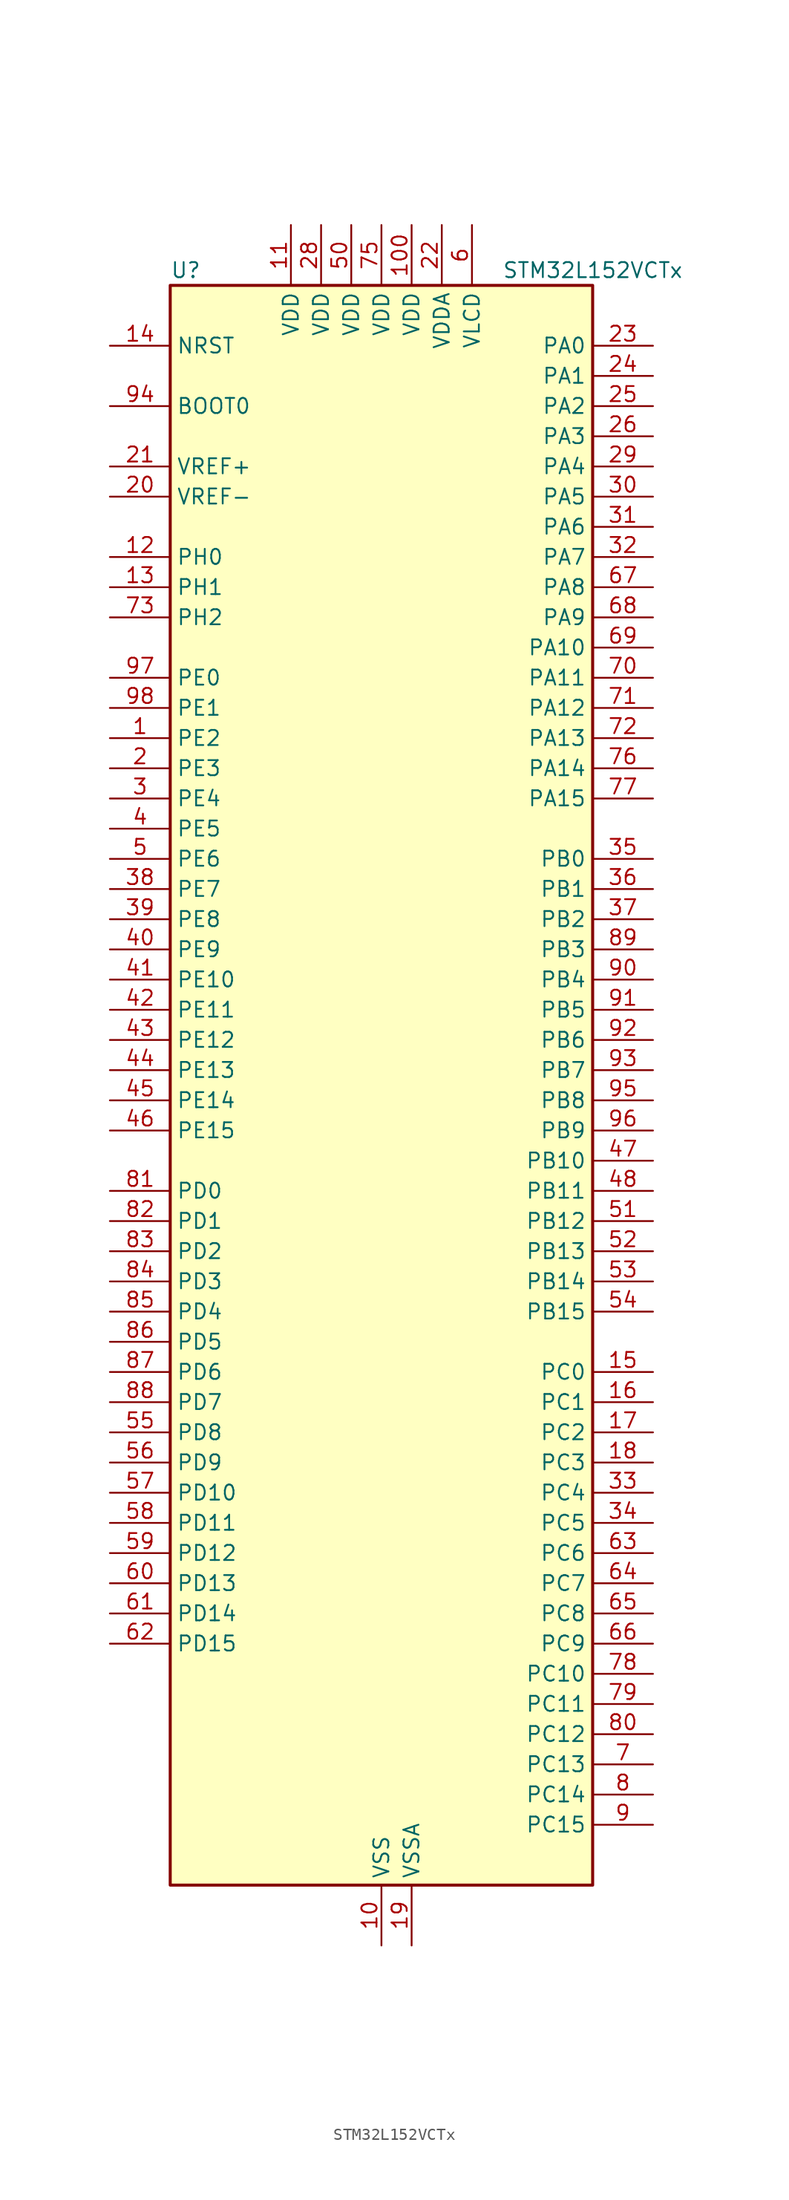
<source format=kicad_sym>
(kicad_symbol_lib
  (version 20241209)
  (generator "kicad_symbol_editor")
  (generator_version "9.0")
  (symbol "STM32L152VCTx"
    (property "Reference" "U"
      (at -17.78 69.85 0)
      (effects (font (size 1.27 1.27)) (justify left)))
    (property "Value" "STM32L152VCTx"
      (at 10.16 69.85 0)
      (effects (font (size 1.27 1.27)) (justify left)))
    (symbol "STM32L152VCTx_0_1"
      (rectangle (start -17.78 -66.04) (end 17.78 68.58) (stroke (width 0.254) (type default)) (fill (type background))))
    (symbol "STM32L152VCTx_1_1"
      (pin input line (at -22.86 63.5 0) (length 5.08) (name "NRST" (effects (font (size 1.27 1.27)))) (number "14" (effects (font (size 1.27 1.27)))))
      (pin input line (at -22.86 58.42 0) (length 5.08) (name "BOOT0" (effects (font (size 1.27 1.27)))) (number "94" (effects (font (size 1.27 1.27)))))
      (pin input line (at -22.86 53.34 0) (length 5.08) (name "VREF+" (effects (font (size 1.27 1.27)))) (number "21" (effects (font (size 1.27 1.27)))))
      (pin input line (at -22.86 50.8 0) (length 5.08) (name "VREF-" (effects (font (size 1.27 1.27)))) (number "20" (effects (font (size 1.27 1.27)))))
      (pin bidirectional line (at -22.86 45.72 0) (length 5.08) (name "PH0" (effects (font (size 1.27 1.27)))) (number "12" (effects (font (size 1.27 1.27)))) (alternate "RCC_OSC_IN" bidirectional line))
      (pin bidirectional line (at -22.86 43.18 0) (length 5.08) (name "PH1" (effects (font (size 1.27 1.27)))) (number "13" (effects (font (size 1.27 1.27)))) (alternate "RCC_OSC_OUT" bidirectional line))
      (pin bidirectional line (at -22.86 40.64 0) (length 5.08) (name "PH2" (effects (font (size 1.27 1.27)))) (number "73" (effects (font (size 1.27 1.27)))))
      (pin bidirectional line (at -22.86 35.56 0) (length 5.08) (name "PE0" (effects (font (size 1.27 1.27)))) (number "97" (effects (font (size 1.27 1.27)))) (alternate "LCD_SEG36" bidirectional line) (alternate "TIM10_CH1" bidirectional line) (alternate "TIM4_ETR" bidirectional line) (alternate "TIMX_IC1" bidirectional line))
      (pin bidirectional line (at -22.86 33.02 0) (length 5.08) (name "PE1" (effects (font (size 1.27 1.27)))) (number "98" (effects (font (size 1.27 1.27)))) (alternate "LCD_SEG37" bidirectional line) (alternate "TIM11_CH1" bidirectional line) (alternate "TIMX_IC2" bidirectional line))
      (pin bidirectional line (at -22.86 30.48 0) (length 5.08) (name "PE2" (effects (font (size 1.27 1.27)))) (number "1" (effects (font (size 1.27 1.27)))) (alternate "LCD_SEG38" bidirectional line) (alternate "SYS_TRACECK" bidirectional line) (alternate "TIM3_ETR" bidirectional line) (alternate "TIMX_IC3" bidirectional line))
      (pin bidirectional line (at -22.86 27.94 0) (length 5.08) (name "PE3" (effects (font (size 1.27 1.27)))) (number "2" (effects (font (size 1.27 1.27)))) (alternate "LCD_SEG39" bidirectional line) (alternate "SYS_TRACED0" bidirectional line) (alternate "TIM3_CH1" bidirectional line) (alternate "TIMX_IC4" bidirectional line))
      (pin bidirectional line (at -22.86 25.4 0) (length 5.08) (name "PE4" (effects (font (size 1.27 1.27)))) (number "3" (effects (font (size 1.27 1.27)))) (alternate "SYS_TRACED1" bidirectional line) (alternate "TIM3_CH2" bidirectional line) (alternate "TIMX_IC1" bidirectional line))
      (pin bidirectional line (at -22.86 22.86 0) (length 5.08) (name "PE5" (effects (font (size 1.27 1.27)))) (number "4" (effects (font (size 1.27 1.27)))) (alternate "SYS_TRACED2" bidirectional line) (alternate "TIM9_CH1" bidirectional line) (alternate "TIMX_IC2" bidirectional line))
      (pin bidirectional line (at -22.86 20.32 0) (length 5.08) (name "PE6" (effects (font (size 1.27 1.27)))) (number "5" (effects (font (size 1.27 1.27)))) (alternate "RTC_TAMP3" bidirectional line) (alternate "SYS_TRACED3" bidirectional line) (alternate "SYS_WKUP3" bidirectional line) (alternate "TIM9_CH2" bidirectional line) (alternate "TIMX_IC3" bidirectional line))
      (pin bidirectional line (at -22.86 17.78 0) (length 5.08) (name "PE7" (effects (font (size 1.27 1.27)))) (number "38" (effects (font (size 1.27 1.27)))) (alternate "ADC_IN22" bidirectional line) (alternate "COMP1_INP" bidirectional line) (alternate "TIMX_IC4" bidirectional line))
      (pin bidirectional line (at -22.86 15.24 0) (length 5.08) (name "PE8" (effects (font (size 1.27 1.27)))) (number "39" (effects (font (size 1.27 1.27)))) (alternate "ADC_IN23" bidirectional line) (alternate "COMP1_INP" bidirectional line) (alternate "TIMX_IC1" bidirectional line))
      (pin bidirectional line (at -22.86 12.7 0) (length 5.08) (name "PE9" (effects (font (size 1.27 1.27)))) (number "40" (effects (font (size 1.27 1.27)))) (alternate "ADC_IN24" bidirectional line) (alternate "COMP1_INP" bidirectional line) (alternate "DAC_EXTI9" bidirectional line) (alternate "TIM2_CH1" bidirectional line) (alternate "TIM2_ETR" bidirectional line) (alternate "TIM5_ETR" bidirectional line) (alternate "TIMX_IC2" bidirectional line))
      (pin bidirectional line (at -22.86 10.16 0) (length 5.08) (name "PE10" (effects (font (size 1.27 1.27)))) (number "41" (effects (font (size 1.27 1.27)))) (alternate "ADC_IN25" bidirectional line) (alternate "COMP1_INP" bidirectional line) (alternate "TIM2_CH2" bidirectional line) (alternate "TIMX_IC3" bidirectional line))
      (pin bidirectional line (at -22.86 7.62 0) (length 5.08) (name "PE11" (effects (font (size 1.27 1.27)))) (number "42" (effects (font (size 1.27 1.27)))) (alternate "ADC_EXTI11" bidirectional line) (alternate "TIM2_CH3" bidirectional line) (alternate "TIMX_IC4" bidirectional line))
      (pin bidirectional line (at -22.86 5.08 0) (length 5.08) (name "PE12" (effects (font (size 1.27 1.27)))) (number "43" (effects (font (size 1.27 1.27)))) (alternate "SPI1_NSS" bidirectional line) (alternate "TIM2_CH4" bidirectional line) (alternate "TIMX_IC1" bidirectional line))
      (pin bidirectional line (at -22.86 2.54 0) (length 5.08) (name "PE13" (effects (font (size 1.27 1.27)))) (number "44" (effects (font (size 1.27 1.27)))) (alternate "SPI1_SCK" bidirectional line) (alternate "TIMX_IC2" bidirectional line))
      (pin bidirectional line (at -22.86 0 0) (length 5.08) (name "PE14" (effects (font (size 1.27 1.27)))) (number "45" (effects (font (size 1.27 1.27)))) (alternate "SPI1_MISO" bidirectional line) (alternate "TIMX_IC3" bidirectional line))
      (pin bidirectional line (at -22.86 -2.54 0) (length 5.08) (name "PE15" (effects (font (size 1.27 1.27)))) (number "46" (effects (font (size 1.27 1.27)))) (alternate "ADC_EXTI15" bidirectional line) (alternate "SPI1_MOSI" bidirectional line) (alternate "TIMX_IC4" bidirectional line))
      (pin bidirectional line (at -22.86 -7.62 0) (length 5.08) (name "PD0" (effects (font (size 1.27 1.27)))) (number "81" (effects (font (size 1.27 1.27)))) (alternate "I2S2_WS" bidirectional line) (alternate "SPI2_NSS" bidirectional line) (alternate "TIM9_CH1" bidirectional line) (alternate "TIMX_IC1" bidirectional line))
      (pin bidirectional line (at -22.86 -10.16 0) (length 5.08) (name "PD1" (effects (font (size 1.27 1.27)))) (number "82" (effects (font (size 1.27 1.27)))) (alternate "I2S2_CK" bidirectional line) (alternate "SPI2_SCK" bidirectional line) (alternate "TIMX_IC2" bidirectional line))
      (pin bidirectional line (at -22.86 -12.7 0) (length 5.08) (name "PD2" (effects (font (size 1.27 1.27)))) (number "83" (effects (font (size 1.27 1.27)))) (alternate "LCD_COM7" bidirectional line) (alternate "LCD_SEG31" bidirectional line) (alternate "LCD_SEG43" bidirectional line) (alternate "TIM3_ETR" bidirectional line) (alternate "TIMX_IC3" bidirectional line))
      (pin bidirectional line (at -22.86 -15.24 0) (length 5.08) (name "PD3" (effects (font (size 1.27 1.27)))) (number "84" (effects (font (size 1.27 1.27)))) (alternate "SPI2_MISO" bidirectional line) (alternate "TIMX_IC4" bidirectional line) (alternate "USART2_CTS" bidirectional line))
      (pin bidirectional line (at -22.86 -17.78 0) (length 5.08) (name "PD4" (effects (font (size 1.27 1.27)))) (number "85" (effects (font (size 1.27 1.27)))) (alternate "I2S2_SD" bidirectional line) (alternate "SPI2_MOSI" bidirectional line) (alternate "TIMX_IC1" bidirectional line) (alternate "USART2_RTS" bidirectional line))
      (pin bidirectional line (at -22.86 -20.32 0) (length 5.08) (name "PD5" (effects (font (size 1.27 1.27)))) (number "86" (effects (font (size 1.27 1.27)))) (alternate "TIMX_IC2" bidirectional line) (alternate "USART2_TX" bidirectional line))
      (pin bidirectional line (at -22.86 -22.86 0) (length 5.08) (name "PD6" (effects (font (size 1.27 1.27)))) (number "87" (effects (font (size 1.27 1.27)))) (alternate "TIMX_IC3" bidirectional line) (alternate "USART2_RX" bidirectional line))
      (pin bidirectional line (at -22.86 -25.4 0) (length 5.08) (name "PD7" (effects (font (size 1.27 1.27)))) (number "88" (effects (font (size 1.27 1.27)))) (alternate "TIM9_CH2" bidirectional line) (alternate "TIMX_IC4" bidirectional line) (alternate "USART2_CK" bidirectional line))
      (pin bidirectional line (at -22.86 -27.94 0) (length 5.08) (name "PD8" (effects (font (size 1.27 1.27)))) (number "55" (effects (font (size 1.27 1.27)))) (alternate "LCD_SEG28" bidirectional line) (alternate "TIMX_IC1" bidirectional line) (alternate "USART3_TX" bidirectional line))
      (pin bidirectional line (at -22.86 -30.48 0) (length 5.08) (name "PD9" (effects (font (size 1.27 1.27)))) (number "56" (effects (font (size 1.27 1.27)))) (alternate "DAC_EXTI9" bidirectional line) (alternate "LCD_SEG29" bidirectional line) (alternate "TIMX_IC2" bidirectional line) (alternate "USART3_RX" bidirectional line))
      (pin bidirectional line (at -22.86 -33.02 0) (length 5.08) (name "PD10" (effects (font (size 1.27 1.27)))) (number "57" (effects (font (size 1.27 1.27)))) (alternate "LCD_SEG30" bidirectional line) (alternate "TIMX_IC3" bidirectional line) (alternate "USART3_CK" bidirectional line))
      (pin bidirectional line (at -22.86 -35.56 0) (length 5.08) (name "PD11" (effects (font (size 1.27 1.27)))) (number "58" (effects (font (size 1.27 1.27)))) (alternate "ADC_EXTI11" bidirectional line) (alternate "LCD_SEG31" bidirectional line) (alternate "TIMX_IC4" bidirectional line) (alternate "USART3_CTS" bidirectional line))
      (pin bidirectional line (at -22.86 -38.1 0) (length 5.08) (name "PD12" (effects (font (size 1.27 1.27)))) (number "59" (effects (font (size 1.27 1.27)))) (alternate "LCD_SEG32" bidirectional line) (alternate "TIM4_CH1" bidirectional line) (alternate "TIMX_IC1" bidirectional line) (alternate "USART3_RTS" bidirectional line))
      (pin bidirectional line (at -22.86 -40.64 0) (length 5.08) (name "PD13" (effects (font (size 1.27 1.27)))) (number "60" (effects (font (size 1.27 1.27)))) (alternate "LCD_SEG33" bidirectional line) (alternate "TIM4_CH2" bidirectional line) (alternate "TIMX_IC2" bidirectional line))
      (pin bidirectional line (at -22.86 -43.18 0) (length 5.08) (name "PD14" (effects (font (size 1.27 1.27)))) (number "61" (effects (font (size 1.27 1.27)))) (alternate "LCD_SEG34" bidirectional line) (alternate "TIM4_CH3" bidirectional line) (alternate "TIMX_IC3" bidirectional line))
      (pin bidirectional line (at -22.86 -45.72 0) (length 5.08) (name "PD15" (effects (font (size 1.27 1.27)))) (number "62" (effects (font (size 1.27 1.27)))) (alternate "ADC_EXTI15" bidirectional line) (alternate "LCD_SEG35" bidirectional line) (alternate "TIM4_CH4" bidirectional line) (alternate "TIMX_IC4" bidirectional line))
      (pin power_in line (at -7.62 73.66 270) (length 5.08) (name "VDD" (effects (font (size 1.27 1.27)))) (number "11" (effects (font (size 1.27 1.27)))))
      (pin power_in line (at -5.08 73.66 270) (length 5.08) (name "VDD" (effects (font (size 1.27 1.27)))) (number "28" (effects (font (size 1.27 1.27)))))
      (pin power_in line (at -2.54 73.66 270) (length 5.08) (name "VDD" (effects (font (size 1.27 1.27)))) (number "50" (effects (font (size 1.27 1.27)))))
      (pin power_in line (at 0 73.66 270) (length 5.08) (name "VDD" (effects (font (size 1.27 1.27)))) (number "75" (effects (font (size 1.27 1.27)))))
      (pin power_in line (at 0 -71.12 90) (length 5.08) (name "VSS" (effects (font (size 1.27 1.27)))) (number "10" (effects (font (size 1.27 1.27)))))
      (pin passive line (at 0 -71.12 90) (length 5.08) (hide yes) (name "VSS" (effects (font (size 1.27 1.27)))) (number "27" (effects (font (size 1.27 1.27)))))
      (pin passive line (at 0 -71.12 90) (length 5.08) (hide yes) (name "VSS" (effects (font (size 1.27 1.27)))) (number "49" (effects (font (size 1.27 1.27)))))
      (pin passive line (at 0 -71.12 90) (length 5.08) (hide yes) (name "VSS" (effects (font (size 1.27 1.27)))) (number "74" (effects (font (size 1.27 1.27)))))
      (pin passive line (at 0 -71.12 90) (length 5.08) (hide yes) (name "VSS" (effects (font (size 1.27 1.27)))) (number "99" (effects (font (size 1.27 1.27)))))
      (pin power_in line (at 2.54 73.66 270) (length 5.08) (name "VDD" (effects (font (size 1.27 1.27)))) (number "100" (effects (font (size 1.27 1.27)))))
      (pin power_in line (at 2.54 -71.12 90) (length 5.08) (name "VSSA" (effects (font (size 1.27 1.27)))) (number "19" (effects (font (size 1.27 1.27)))))
      (pin power_in line (at 5.08 73.66 270) (length 5.08) (name "VDDA" (effects (font (size 1.27 1.27)))) (number "22" (effects (font (size 1.27 1.27)))))
      (pin power_in line (at 7.62 73.66 270) (length 5.08) (name "VLCD" (effects (font (size 1.27 1.27)))) (number "6" (effects (font (size 1.27 1.27)))))
      (pin bidirectional line (at 22.86 63.5 180) (length 5.08) (name "PA0" (effects (font (size 1.27 1.27)))) (number "23" (effects (font (size 1.27 1.27)))) (alternate "ADC_IN0" bidirectional line) (alternate "COMP1_INP" bidirectional line) (alternate "RTC_TAMP2" bidirectional line) (alternate "SYS_WKUP1" bidirectional line) (alternate "TIM2_CH1" bidirectional line) (alternate "TIM2_ETR" bidirectional line) (alternate "TIM5_CH1" bidirectional line) (alternate "TIMX_IC1" bidirectional line) (alternate "TS_G1_IO1" bidirectional line) (alternate "USART2_CTS" bidirectional line))
      (pin bidirectional line (at 22.86 60.96 180) (length 5.08) (name "PA1" (effects (font (size 1.27 1.27)))) (number "24" (effects (font (size 1.27 1.27)))) (alternate "ADC_IN1" bidirectional line) (alternate "COMP1_INP" bidirectional line) (alternate "LCD_SEG0" bidirectional line) (alternate "OPAMP1_VINP" bidirectional line) (alternate "TIM2_CH2" bidirectional line) (alternate "TIM5_CH2" bidirectional line) (alternate "TIMX_IC2" bidirectional line) (alternate "TS_G1_IO2" bidirectional line) (alternate "USART2_RTS" bidirectional line))
      (pin bidirectional line (at 22.86 58.42 180) (length 5.08) (name "PA2" (effects (font (size 1.27 1.27)))) (number "25" (effects (font (size 1.27 1.27)))) (alternate "ADC_IN2" bidirectional line) (alternate "COMP1_INP" bidirectional line) (alternate "LCD_SEG1" bidirectional line) (alternate "OPAMP1_VINM" bidirectional line) (alternate "TIM2_CH3" bidirectional line) (alternate "TIM5_CH3" bidirectional line) (alternate "TIM9_CH1" bidirectional line) (alternate "TIMX_IC3" bidirectional line) (alternate "TS_G1_IO3" bidirectional line) (alternate "USART2_TX" bidirectional line))
      (pin bidirectional line (at 22.86 55.88 180) (length 5.08) (name "PA3" (effects (font (size 1.27 1.27)))) (number "26" (effects (font (size 1.27 1.27)))) (alternate "ADC_IN3" bidirectional line) (alternate "COMP1_INP" bidirectional line) (alternate "LCD_SEG2" bidirectional line) (alternate "OPAMP1_VOUT" bidirectional line) (alternate "TIM2_CH4" bidirectional line) (alternate "TIM5_CH4" bidirectional line) (alternate "TIM9_CH2" bidirectional line) (alternate "TIMX_IC4" bidirectional line) (alternate "TS_G1_IO4" bidirectional line) (alternate "USART2_RX" bidirectional line))
      (pin bidirectional line (at 22.86 53.34 180) (length 5.08) (name "PA4" (effects (font (size 1.27 1.27)))) (number "29" (effects (font (size 1.27 1.27)))) (alternate "ADC_IN4" bidirectional line) (alternate "COMP1_INP" bidirectional line) (alternate "DAC_OUT1" bidirectional line) (alternate "I2S3_WS" bidirectional line) (alternate "SPI1_NSS" bidirectional line) (alternate "SPI3_NSS" bidirectional line) (alternate "TIMX_IC1" bidirectional line) (alternate "USART2_CK" bidirectional line))
      (pin bidirectional line (at 22.86 50.8 180) (length 5.08) (name "PA5" (effects (font (size 1.27 1.27)))) (number "30" (effects (font (size 1.27 1.27)))) (alternate "ADC_IN5" bidirectional line) (alternate "COMP1_INP" bidirectional line) (alternate "DAC_OUT2" bidirectional line) (alternate "SPI1_SCK" bidirectional line) (alternate "TIM2_CH1" bidirectional line) (alternate "TIM2_ETR" bidirectional line) (alternate "TIMX_IC2" bidirectional line))
      (pin bidirectional line (at 22.86 48.26 180) (length 5.08) (name "PA6" (effects (font (size 1.27 1.27)))) (number "31" (effects (font (size 1.27 1.27)))) (alternate "ADC_IN6" bidirectional line) (alternate "COMP1_INP" bidirectional line) (alternate "LCD_SEG3" bidirectional line) (alternate "OPAMP2_VINP" bidirectional line) (alternate "SPI1_MISO" bidirectional line) (alternate "TIM10_CH1" bidirectional line) (alternate "TIM3_CH1" bidirectional line) (alternate "TIMX_IC3" bidirectional line) (alternate "TS_G2_IO1" bidirectional line))
      (pin bidirectional line (at 22.86 45.72 180) (length 5.08) (name "PA7" (effects (font (size 1.27 1.27)))) (number "32" (effects (font (size 1.27 1.27)))) (alternate "ADC_IN7" bidirectional line) (alternate "COMP1_INP" bidirectional line) (alternate "LCD_SEG4" bidirectional line) (alternate "OPAMP2_VINM" bidirectional line) (alternate "SPI1_MOSI" bidirectional line) (alternate "TIM11_CH1" bidirectional line) (alternate "TIM3_CH2" bidirectional line) (alternate "TIMX_IC4" bidirectional line) (alternate "TS_G2_IO2" bidirectional line))
      (pin bidirectional line (at 22.86 43.18 180) (length 5.08) (name "PA8" (effects (font (size 1.27 1.27)))) (number "67" (effects (font (size 1.27 1.27)))) (alternate "LCD_COM0" bidirectional line) (alternate "RCC_MCO" bidirectional line) (alternate "TIMX_IC1" bidirectional line) (alternate "TS_G4_IO1" bidirectional line) (alternate "USART1_CK" bidirectional line))
      (pin bidirectional line (at 22.86 40.64 180) (length 5.08) (name "PA9" (effects (font (size 1.27 1.27)))) (number "68" (effects (font (size 1.27 1.27)))) (alternate "DAC_EXTI9" bidirectional line) (alternate "LCD_COM1" bidirectional line) (alternate "TIMX_IC2" bidirectional line) (alternate "TS_G4_IO2" bidirectional line) (alternate "USART1_TX" bidirectional line))
      (pin bidirectional line (at 22.86 38.1 180) (length 5.08) (name "PA10" (effects (font (size 1.27 1.27)))) (number "69" (effects (font (size 1.27 1.27)))) (alternate "LCD_COM2" bidirectional line) (alternate "TIMX_IC3" bidirectional line) (alternate "TS_G4_IO3" bidirectional line) (alternate "USART1_RX" bidirectional line))
      (pin bidirectional line (at 22.86 35.56 180) (length 5.08) (name "PA11" (effects (font (size 1.27 1.27)))) (number "70" (effects (font (size 1.27 1.27)))) (alternate "ADC_EXTI11" bidirectional line) (alternate "SPI1_MISO" bidirectional line) (alternate "TIMX_IC4" bidirectional line) (alternate "USART1_CTS" bidirectional line) (alternate "USB_DM" bidirectional line))
      (pin bidirectional line (at 22.86 33.02 180) (length 5.08) (name "PA12" (effects (font (size 1.27 1.27)))) (number "71" (effects (font (size 1.27 1.27)))) (alternate "SPI1_MOSI" bidirectional line) (alternate "TIMX_IC1" bidirectional line) (alternate "USART1_RTS" bidirectional line) (alternate "USB_DP" bidirectional line))
      (pin bidirectional line (at 22.86 30.48 180) (length 5.08) (name "PA13" (effects (font (size 1.27 1.27)))) (number "72" (effects (font (size 1.27 1.27)))) (alternate "SYS_JTMS-SWDIO" bidirectional line) (alternate "TIMX_IC2" bidirectional line) (alternate "TS_G5_IO1" bidirectional line))
      (pin bidirectional line (at 22.86 27.94 180) (length 5.08) (name "PA14" (effects (font (size 1.27 1.27)))) (number "76" (effects (font (size 1.27 1.27)))) (alternate "SYS_JTCK-SWCLK" bidirectional line) (alternate "TIMX_IC3" bidirectional line) (alternate "TS_G5_IO2" bidirectional line))
      (pin bidirectional line (at 22.86 25.4 180) (length 5.08) (name "PA15" (effects (font (size 1.27 1.27)))) (number "77" (effects (font (size 1.27 1.27)))) (alternate "ADC_EXTI15" bidirectional line) (alternate "I2S3_WS" bidirectional line) (alternate "LCD_SEG17" bidirectional line) (alternate "SPI1_NSS" bidirectional line) (alternate "SPI3_NSS" bidirectional line) (alternate "SYS_JTDI" bidirectional line) (alternate "TIM2_CH1" bidirectional line) (alternate "TIM2_ETR" bidirectional line) (alternate "TIMX_IC4" bidirectional line) (alternate "TS_G5_IO3" bidirectional line))
      (pin bidirectional line (at 22.86 20.32 180) (length 5.08) (name "PB0" (effects (font (size 1.27 1.27)))) (number "35" (effects (font (size 1.27 1.27)))) (alternate "ADC_IN8" bidirectional line) (alternate "COMP1_INP" bidirectional line) (alternate "LCD_SEG5" bidirectional line) (alternate "OPAMP2_VOUT" bidirectional line) (alternate "SYS_V_REF_OUT" bidirectional line) (alternate "TIM3_CH3" bidirectional line) (alternate "TS_G3_IO1" bidirectional line))
      (pin bidirectional line (at 22.86 17.78 180) (length 5.08) (name "PB1" (effects (font (size 1.27 1.27)))) (number "36" (effects (font (size 1.27 1.27)))) (alternate "ADC_IN9" bidirectional line) (alternate "COMP1_INP" bidirectional line) (alternate "LCD_SEG6" bidirectional line) (alternate "SYS_V_REF_OUT" bidirectional line) (alternate "TIM3_CH4" bidirectional line) (alternate "TS_G3_IO2" bidirectional line))
      (pin bidirectional line (at 22.86 15.24 180) (length 5.08) (name "PB2" (effects (font (size 1.27 1.27)))) (number "37" (effects (font (size 1.27 1.27)))) (alternate "TS_G3_IO3" bidirectional line))
      (pin bidirectional line (at 22.86 12.7 180) (length 5.08) (name "PB3" (effects (font (size 1.27 1.27)))) (number "89" (effects (font (size 1.27 1.27)))) (alternate "COMP2_INM" bidirectional line) (alternate "I2S3_CK" bidirectional line) (alternate "LCD_SEG7" bidirectional line) (alternate "SPI1_SCK" bidirectional line) (alternate "SPI3_SCK" bidirectional line) (alternate "SYS_JTDO-TRACESWO" bidirectional line) (alternate "TIM2_CH2" bidirectional line))
      (pin bidirectional line (at 22.86 10.16 180) (length 5.08) (name "PB4" (effects (font (size 1.27 1.27)))) (number "90" (effects (font (size 1.27 1.27)))) (alternate "COMP2_INP" bidirectional line) (alternate "LCD_SEG8" bidirectional line) (alternate "SPI1_MISO" bidirectional line) (alternate "SPI3_MISO" bidirectional line) (alternate "SYS_JTRST" bidirectional line) (alternate "TIM3_CH1" bidirectional line) (alternate "TS_G6_IO1" bidirectional line))
      (pin bidirectional line (at 22.86 7.62 180) (length 5.08) (name "PB5" (effects (font (size 1.27 1.27)))) (number "91" (effects (font (size 1.27 1.27)))) (alternate "COMP2_INP" bidirectional line) (alternate "I2C1_SMBA" bidirectional line) (alternate "I2S3_SD" bidirectional line) (alternate "LCD_SEG9" bidirectional line) (alternate "SPI1_MOSI" bidirectional line) (alternate "SPI3_MOSI" bidirectional line) (alternate "TIM3_CH2" bidirectional line) (alternate "TS_G6_IO2" bidirectional line))
      (pin bidirectional line (at 22.86 5.08 180) (length 5.08) (name "PB6" (effects (font (size 1.27 1.27)))) (number "92" (effects (font (size 1.27 1.27)))) (alternate "COMP2_INP" bidirectional line) (alternate "I2C1_SCL" bidirectional line) (alternate "TIM4_CH1" bidirectional line) (alternate "TS_G6_IO3" bidirectional line) (alternate "USART1_TX" bidirectional line))
      (pin bidirectional line (at 22.86 2.54 180) (length 5.08) (name "PB7" (effects (font (size 1.27 1.27)))) (number "93" (effects (font (size 1.27 1.27)))) (alternate "COMP2_INP" bidirectional line) (alternate "I2C1_SDA" bidirectional line) (alternate "SYS_PVD_IN" bidirectional line) (alternate "TIM4_CH2" bidirectional line) (alternate "TS_G6_IO4" bidirectional line) (alternate "USART1_RX" bidirectional line))
      (pin bidirectional line (at 22.86 0 180) (length 5.08) (name "PB8" (effects (font (size 1.27 1.27)))) (number "95" (effects (font (size 1.27 1.27)))) (alternate "I2C1_SCL" bidirectional line) (alternate "LCD_SEG16" bidirectional line) (alternate "TIM10_CH1" bidirectional line) (alternate "TIM4_CH3" bidirectional line))
      (pin bidirectional line (at 22.86 -2.54 180) (length 5.08) (name "PB9" (effects (font (size 1.27 1.27)))) (number "96" (effects (font (size 1.27 1.27)))) (alternate "DAC_EXTI9" bidirectional line) (alternate "I2C1_SDA" bidirectional line) (alternate "LCD_COM3" bidirectional line) (alternate "TIM11_CH1" bidirectional line) (alternate "TIM4_CH4" bidirectional line))
      (pin bidirectional line (at 22.86 -5.08 180) (length 5.08) (name "PB10" (effects (font (size 1.27 1.27)))) (number "47" (effects (font (size 1.27 1.27)))) (alternate "I2C2_SCL" bidirectional line) (alternate "LCD_SEG10" bidirectional line) (alternate "TIM2_CH3" bidirectional line) (alternate "USART3_TX" bidirectional line))
      (pin bidirectional line (at 22.86 -7.62 180) (length 5.08) (name "PB11" (effects (font (size 1.27 1.27)))) (number "48" (effects (font (size 1.27 1.27)))) (alternate "ADC_EXTI11" bidirectional line) (alternate "I2C2_SDA" bidirectional line) (alternate "LCD_SEG11" bidirectional line) (alternate "TIM2_CH4" bidirectional line) (alternate "USART3_RX" bidirectional line))
      (pin bidirectional line (at 22.86 -10.16 180) (length 5.08) (name "PB12" (effects (font (size 1.27 1.27)))) (number "51" (effects (font (size 1.27 1.27)))) (alternate "ADC_IN18" bidirectional line) (alternate "COMP1_INP" bidirectional line) (alternate "I2C2_SMBA" bidirectional line) (alternate "I2S2_WS" bidirectional line) (alternate "LCD_SEG12" bidirectional line) (alternate "SPI2_NSS" bidirectional line) (alternate "TIM10_CH1" bidirectional line) (alternate "TS_G7_IO1" bidirectional line) (alternate "USART3_CK" bidirectional line))
      (pin bidirectional line (at 22.86 -12.7 180) (length 5.08) (name "PB13" (effects (font (size 1.27 1.27)))) (number "52" (effects (font (size 1.27 1.27)))) (alternate "ADC_IN19" bidirectional line) (alternate "COMP1_INP" bidirectional line) (alternate "I2S2_CK" bidirectional line) (alternate "LCD_SEG13" bidirectional line) (alternate "SPI2_SCK" bidirectional line) (alternate "TIM9_CH1" bidirectional line) (alternate "TS_G7_IO2" bidirectional line) (alternate "USART3_CTS" bidirectional line))
      (pin bidirectional line (at 22.86 -15.24 180) (length 5.08) (name "PB14" (effects (font (size 1.27 1.27)))) (number "53" (effects (font (size 1.27 1.27)))) (alternate "ADC_IN20" bidirectional line) (alternate "COMP1_INP" bidirectional line) (alternate "LCD_SEG14" bidirectional line) (alternate "SPI2_MISO" bidirectional line) (alternate "TIM9_CH2" bidirectional line) (alternate "TS_G7_IO3" bidirectional line) (alternate "USART3_RTS" bidirectional line))
      (pin bidirectional line (at 22.86 -17.78 180) (length 5.08) (name "PB15" (effects (font (size 1.27 1.27)))) (number "54" (effects (font (size 1.27 1.27)))) (alternate "ADC_EXTI15" bidirectional line) (alternate "ADC_IN21" bidirectional line) (alternate "COMP1_INP" bidirectional line) (alternate "I2S2_SD" bidirectional line) (alternate "LCD_SEG15" bidirectional line) (alternate "RTC_REFIN" bidirectional line) (alternate "SPI2_MOSI" bidirectional line) (alternate "TIM11_CH1" bidirectional line) (alternate "TS_G7_IO4" bidirectional line))
      (pin bidirectional line (at 22.86 -22.86 180) (length 5.08) (name "PC0" (effects (font (size 1.27 1.27)))) (number "15" (effects (font (size 1.27 1.27)))) (alternate "ADC_IN10" bidirectional line) (alternate "COMP1_INP" bidirectional line) (alternate "LCD_SEG18" bidirectional line) (alternate "TIMX_IC1" bidirectional line) (alternate "TS_G8_IO1" bidirectional line))
      (pin bidirectional line (at 22.86 -25.4 180) (length 5.08) (name "PC1" (effects (font (size 1.27 1.27)))) (number "16" (effects (font (size 1.27 1.27)))) (alternate "ADC_IN11" bidirectional line) (alternate "COMP1_INP" bidirectional line) (alternate "LCD_SEG19" bidirectional line) (alternate "TIMX_IC2" bidirectional line) (alternate "TS_G8_IO2" bidirectional line))
      (pin bidirectional line (at 22.86 -27.94 180) (length 5.08) (name "PC2" (effects (font (size 1.27 1.27)))) (number "17" (effects (font (size 1.27 1.27)))) (alternate "ADC_IN12" bidirectional line) (alternate "COMP1_INP" bidirectional line) (alternate "LCD_SEG20" bidirectional line) (alternate "TIMX_IC3" bidirectional line) (alternate "TS_G8_IO3" bidirectional line))
      (pin bidirectional line (at 22.86 -30.48 180) (length 5.08) (name "PC3" (effects (font (size 1.27 1.27)))) (number "18" (effects (font (size 1.27 1.27)))) (alternate "ADC_IN13" bidirectional line) (alternate "COMP1_INP" bidirectional line) (alternate "LCD_SEG21" bidirectional line) (alternate "TIMX_IC4" bidirectional line) (alternate "TS_G8_IO4" bidirectional line))
      (pin bidirectional line (at 22.86 -33.02 180) (length 5.08) (name "PC4" (effects (font (size 1.27 1.27)))) (number "33" (effects (font (size 1.27 1.27)))) (alternate "ADC_IN14" bidirectional line) (alternate "COMP1_INP" bidirectional line) (alternate "LCD_SEG22" bidirectional line) (alternate "TIMX_IC1" bidirectional line) (alternate "TS_G9_IO1" bidirectional line))
      (pin bidirectional line (at 22.86 -35.56 180) (length 5.08) (name "PC5" (effects (font (size 1.27 1.27)))) (number "34" (effects (font (size 1.27 1.27)))) (alternate "ADC_IN15" bidirectional line) (alternate "COMP1_INP" bidirectional line) (alternate "LCD_SEG23" bidirectional line) (alternate "TIMX_IC2" bidirectional line) (alternate "TS_G9_IO2" bidirectional line))
      (pin bidirectional line (at 22.86 -38.1 180) (length 5.08) (name "PC6" (effects (font (size 1.27 1.27)))) (number "63" (effects (font (size 1.27 1.27)))) (alternate "I2S2_MCK" bidirectional line) (alternate "LCD_SEG24" bidirectional line) (alternate "TIM3_CH1" bidirectional line) (alternate "TIMX_IC3" bidirectional line) (alternate "TS_G10_IO1" bidirectional line))
      (pin bidirectional line (at 22.86 -40.64 180) (length 5.08) (name "PC7" (effects (font (size 1.27 1.27)))) (number "64" (effects (font (size 1.27 1.27)))) (alternate "I2S3_MCK" bidirectional line) (alternate "LCD_SEG25" bidirectional line) (alternate "TIM3_CH2" bidirectional line) (alternate "TIMX_IC4" bidirectional line) (alternate "TS_G10_IO2" bidirectional line))
      (pin bidirectional line (at 22.86 -43.18 180) (length 5.08) (name "PC8" (effects (font (size 1.27 1.27)))) (number "65" (effects (font (size 1.27 1.27)))) (alternate "LCD_SEG26" bidirectional line) (alternate "TIM3_CH3" bidirectional line) (alternate "TIMX_IC1" bidirectional line) (alternate "TS_G10_IO3" bidirectional line))
      (pin bidirectional line (at 22.86 -45.72 180) (length 5.08) (name "PC9" (effects (font (size 1.27 1.27)))) (number "66" (effects (font (size 1.27 1.27)))) (alternate "DAC_EXTI9" bidirectional line) (alternate "LCD_SEG27" bidirectional line) (alternate "TIM3_CH4" bidirectional line) (alternate "TIMX_IC2" bidirectional line) (alternate "TS_G10_IO4" bidirectional line))
      (pin bidirectional line (at 22.86 -48.26 180) (length 5.08) (name "PC10" (effects (font (size 1.27 1.27)))) (number "78" (effects (font (size 1.27 1.27)))) (alternate "I2S3_CK" bidirectional line) (alternate "LCD_COM4" bidirectional line) (alternate "LCD_SEG28" bidirectional line) (alternate "LCD_SEG40" bidirectional line) (alternate "SPI3_SCK" bidirectional line) (alternate "TIMX_IC3" bidirectional line) (alternate "USART3_TX" bidirectional line))
      (pin bidirectional line (at 22.86 -50.8 180) (length 5.08) (name "PC11" (effects (font (size 1.27 1.27)))) (number "79" (effects (font (size 1.27 1.27)))) (alternate "ADC_EXTI11" bidirectional line) (alternate "LCD_COM5" bidirectional line) (alternate "LCD_SEG29" bidirectional line) (alternate "LCD_SEG41" bidirectional line) (alternate "SPI3_MISO" bidirectional line) (alternate "TIMX_IC4" bidirectional line) (alternate "USART3_RX" bidirectional line))
      (pin bidirectional line (at 22.86 -53.34 180) (length 5.08) (name "PC12" (effects (font (size 1.27 1.27)))) (number "80" (effects (font (size 1.27 1.27)))) (alternate "I2S3_SD" bidirectional line) (alternate "LCD_COM6" bidirectional line) (alternate "LCD_SEG30" bidirectional line) (alternate "LCD_SEG42" bidirectional line) (alternate "SPI3_MOSI" bidirectional line) (alternate "TIMX_IC1" bidirectional line) (alternate "USART3_CK" bidirectional line))
      (pin bidirectional line (at 22.86 -55.88 180) (length 5.08) (name "PC13" (effects (font (size 1.27 1.27)))) (number "7" (effects (font (size 1.27 1.27)))) (alternate "RTC_OUT_ALARM" bidirectional line) (alternate "RTC_OUT_CALIB" bidirectional line) (alternate "RTC_TAMP1" bidirectional line) (alternate "RTC_TS" bidirectional line) (alternate "SYS_WKUP2" bidirectional line) (alternate "TIMX_IC2" bidirectional line))
      (pin bidirectional line (at 22.86 -58.42 180) (length 5.08) (name "PC14" (effects (font (size 1.27 1.27)))) (number "8" (effects (font (size 1.27 1.27)))) (alternate "RCC_OSC32_IN" bidirectional line) (alternate "TIMX_IC3" bidirectional line))
      (pin bidirectional line (at 22.86 -60.96 180) (length 5.08) (name "PC15" (effects (font (size 1.27 1.27)))) (number "9" (effects (font (size 1.27 1.27)))) (alternate "ADC_EXTI15" bidirectional line) (alternate "RCC_OSC32_OUT" bidirectional line) (alternate "TIMX_IC4" bidirectional line)))))
</source>
